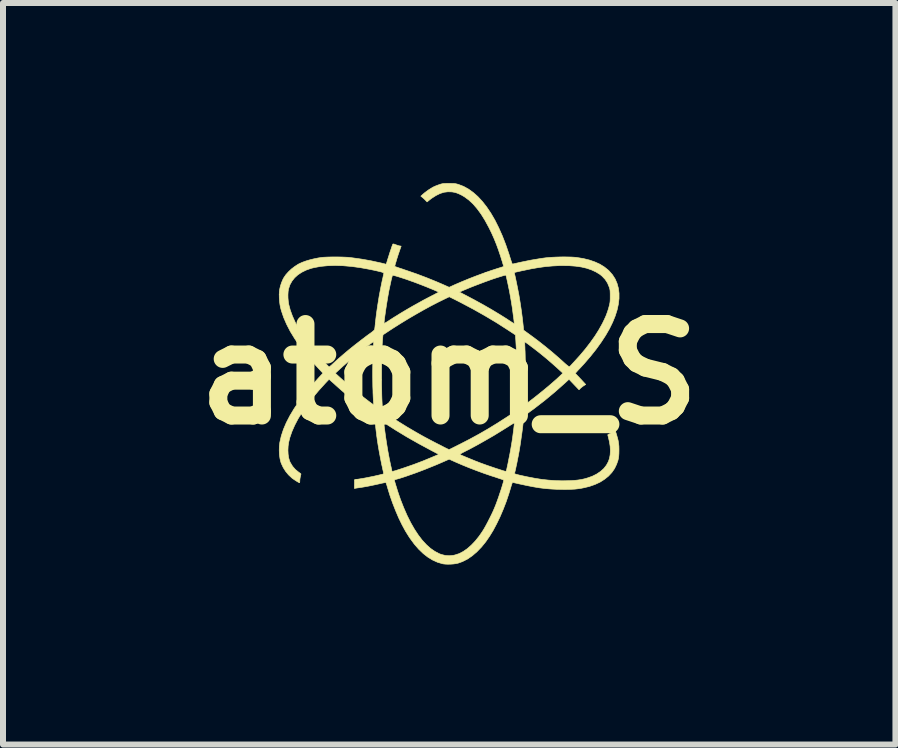
<source format=kicad_pcb>
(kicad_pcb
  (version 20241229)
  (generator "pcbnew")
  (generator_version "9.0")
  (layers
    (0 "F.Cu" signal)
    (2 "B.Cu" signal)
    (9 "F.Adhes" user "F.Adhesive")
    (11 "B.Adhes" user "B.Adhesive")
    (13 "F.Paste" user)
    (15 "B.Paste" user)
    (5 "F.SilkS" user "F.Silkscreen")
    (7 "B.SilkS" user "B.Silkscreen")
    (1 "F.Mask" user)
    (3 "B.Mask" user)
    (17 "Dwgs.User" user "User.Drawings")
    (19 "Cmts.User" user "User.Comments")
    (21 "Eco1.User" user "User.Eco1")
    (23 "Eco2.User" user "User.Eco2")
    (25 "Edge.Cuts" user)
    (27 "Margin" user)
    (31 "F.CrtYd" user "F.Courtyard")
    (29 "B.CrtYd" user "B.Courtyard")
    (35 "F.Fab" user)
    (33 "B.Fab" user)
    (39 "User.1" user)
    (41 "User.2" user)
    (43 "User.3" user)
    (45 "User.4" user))
  (footprint "atom_S"
    (layer "F.Cu")
    (at 4.434 3.183)
    (property "Reference" "atom_S" (at 0 0 0) (layer "F.SilkS") (effects (font (size 1.524 1.524) (thickness 0.3))))
    (attr through_hole)
    (fp_poly (pts (xy 0.038 0.317) (xy 0.06 0.331) (xy 0.076 0.351) (xy 0.079 0.361) (xy 0.079 0.386) (xy 0.069 0.41) (xy 0.053 0.43) (xy 0.045 0.435) (xy 0.019 0.443) (xy -0.005 0.441) (xy -0.023 0.432) (xy -0.043 0.414) (xy -0.052 0.392) (xy -0.053 0.368) (xy -0.045 0.345) (xy -0.03 0.327) (xy -0.008 0.314) (xy 0.013 0.311) (xy 0.038 0.317)) (stroke (width 0.01) (type solid)) (fill yes) (layer "F.Mask"))
    (fp_poly (pts (xy 0.028 -0.442) (xy 0.042 -0.436) (xy 0.062 -0.42) (xy 0.076 -0.397) (xy 0.081 -0.372) (xy 0.079 -0.362) (xy 0.068 -0.339) (xy 0.048 -0.321) (xy 0.023 -0.31) (xy -0.003 -0.309) (xy -0.004 -0.309) (xy -0.017 -0.315) (xy -0.032 -0.327) (xy -0.035 -0.331) (xy -0.05 -0.354) (xy -0.054 -0.38) (xy -0.048 -0.404) (xy -0.032 -0.425) (xy -0.008 -0.438) (xy -0.006 -0.439) (xy 0.013 -0.443) (xy 0.028 -0.442)) (stroke (width 0.01) (type solid)) (fill yes) (layer "F.Mask"))
    (fp_poly (pts (xy 2.536 0.271) (xy 2.593 0.284) (xy 2.647 0.309) (xy 2.697 0.346) (xy 2.716 0.364) (xy 2.755 0.411) (xy 2.782 0.462) (xy 2.797 0.517) (xy 2.802 0.578) (xy 2.802 0.578) (xy 2.796 0.637) (xy 2.778 0.694) (xy 2.75 0.746) (xy 2.713 0.792) (xy 2.668 0.83) (xy 2.617 0.859) (xy 2.606 0.864) (xy 2.57 0.873) (xy 2.528 0.879) (xy 2.483 0.881) (xy 2.442 0.878) (xy 2.414 0.873) (xy 2.356 0.85) (xy 2.304 0.817) (xy 2.261 0.775) (xy 2.225 0.724) (xy 2.205 0.678) (xy 2.19 0.621) (xy 2.187 0.563) (xy 2.195 0.506) (xy 2.214 0.451) (xy 2.242 0.401) (xy 2.28 0.356) (xy 2.327 0.319) (xy 2.358 0.302) (xy 2.417 0.279) (xy 2.476 0.269) (xy 2.536 0.271)) (stroke (width 0.01) (type solid)) (fill yes) (layer "F.Mask"))
    (fp_poly (pts (xy -0.693 -2.888) (xy -0.636 -2.877) (xy -0.583 -2.856) (xy -0.534 -2.825) (xy -0.492 -2.786) (xy -0.458 -2.739) (xy -0.432 -2.686) (xy -0.422 -2.649) (xy -0.414 -2.589) (xy -0.419 -2.531) (xy -0.434 -2.474) (xy -0.459 -2.422) (xy -0.494 -2.376) (xy -0.536 -2.336) (xy -0.586 -2.306) (xy -0.617 -2.293) (xy -0.66 -2.282) (xy -0.707 -2.276) (xy -0.754 -2.277) (xy -0.795 -2.283) (xy -0.795 -2.283) (xy -0.846 -2.3) (xy -0.892 -2.327) (xy -0.935 -2.363) (xy -0.94 -2.368) (xy -0.978 -2.412) (xy -1.004 -2.457) (xy -1.02 -2.506) (xy -1.028 -2.562) (xy -1.029 -2.586) (xy -1.024 -2.644) (xy -1.009 -2.696) (xy -0.982 -2.745) (xy -0.944 -2.792) (xy -0.903 -2.83) (xy -0.858 -2.857) (xy -0.811 -2.876) (xy -0.751 -2.888) (xy -0.693 -2.888)) (stroke (width 0.01) (type solid)) (fill yes) (layer "F.Mask"))
    (fp_poly (pts (xy -1.955 1.486) (xy -1.952 1.486) (xy -1.893 1.507) (xy -1.839 1.538) (xy -1.792 1.579) (xy -1.752 1.627) (xy -1.722 1.682) (xy -1.705 1.735) (xy -1.696 1.799) (xy -1.699 1.862) (xy -1.715 1.921) (xy -1.743 1.978) (xy -1.782 2.03) (xy -1.795 2.043) (xy -1.839 2.082) (xy -1.885 2.11) (xy -1.937 2.13) (xy -1.966 2.137) (xy -2.007 2.144) (xy -2.042 2.145) (xy -2.078 2.141) (xy -2.099 2.137) (xy -2.161 2.117) (xy -2.218 2.086) (xy -2.266 2.046) (xy -2.306 1.996) (xy -2.337 1.939) (xy -2.352 1.899) (xy -2.361 1.85) (xy -2.362 1.795) (xy -2.355 1.74) (xy -2.34 1.688) (xy -2.326 1.655) (xy -2.309 1.629) (xy -2.285 1.6) (xy -2.257 1.571) (xy -2.228 1.545) (xy -2.201 1.524) (xy -2.188 1.516) (xy -2.132 1.494) (xy -2.072 1.481) (xy -2.012 1.478) (xy -1.955 1.486)) (stroke (width 0.01) (type solid)) (fill yes) (layer "F.Mask"))
    (fp_poly (pts (xy 0.017 -0.884) (xy 0.041 -0.881) (xy 0.065 -0.873) (xy 0.071 -0.871) (xy 0.083 -0.863) (xy 0.102 -0.847) (xy 0.129 -0.822) (xy 0.164 -0.789) (xy 0.208 -0.746) (xy 0.26 -0.695) (xy 0.321 -0.635) (xy 0.362 -0.594) (xy 0.625 -0.33) (xy 0.349 -0.054) (xy 0.293 0.003) (xy 0.244 0.051) (xy 0.203 0.092) (xy 0.168 0.126) (xy 0.14 0.153) (xy 0.118 0.175) (xy 0.1 0.191) (xy 0.086 0.203) (xy 0.076 0.211) (xy 0.068 0.215) (xy 0.063 0.217) (xy 0.059 0.218) (xy 0.057 0.217) (xy 0.023 0.213) (xy -0.015 0.216) (xy -0.051 0.226) (xy -0.061 0.231) (xy -0.097 0.255) (xy -0.125 0.288) (xy -0.143 0.326) (xy -0.151 0.367) (xy -0.148 0.409) (xy -0.134 0.45) (xy -0.116 0.476) (xy -0.09 0.502) (xy -0.061 0.522) (xy -0.035 0.533) (xy 0.009 0.54) (xy 0.052 0.535) (xy 0.09 0.521) (xy 0.123 0.497) (xy 0.15 0.466) (xy 0.167 0.428) (xy 0.174 0.385) (xy 0.174 0.381) (xy 0.174 0.357) (xy 0.172 0.337) (xy 0.17 0.327) (xy 0.17 0.323) (xy 0.173 0.317) (xy 0.18 0.308) (xy 0.19 0.295) (xy 0.205 0.278) (xy 0.226 0.257) (xy 0.252 0.229) (xy 0.285 0.196) (xy 0.325 0.155) (xy 0.372 0.107) (xy 0.428 0.051) (xy 0.441 0.038) (xy 0.717 -0.238) (xy 0.791 -0.165) (xy 0.826 -0.129) (xy 0.853 -0.1) (xy 0.872 -0.076) (xy 0.885 -0.055) (xy 0.893 -0.036) (xy 0.897 -0.016) (xy 0.897 -0.001) (xy 0.895 0.028) (xy 0.888 0.053) (xy 0.886 0.057) (xy 0.88 0.065) (xy 0.865 0.082) (xy 0.843 0.105) (xy 0.815 0.135) (xy 0.78 0.171) (xy 0.741 0.212) (xy 0.697 0.256) (xy 0.65 0.304) (xy 0.6 0.355) (xy 0.548 0.407) (xy 0.495 0.46) (xy 0.442 0.513) (xy 0.39 0.565) (xy 0.339 0.616) (xy 0.29 0.664) (xy 0.245 0.709) (xy 0.203 0.75) (xy 0.165 0.787) (xy 0.133 0.818) (xy 0.108 0.842) (xy 0.089 0.859) (xy 0.078 0.868) (xy 0.076 0.87) (xy 0.044 0.881) (xy 0.01 0.886) (xy -0.017 0.883) (xy -0.036 0.876) (xy -0.056 0.866) (xy -0.058 0.865) (xy -0.066 0.858) (xy -0.083 0.843) (xy -0.106 0.821) (xy -0.136 0.792) (xy -0.172 0.757) (xy -0.212 0.718) (xy -0.255 0.675) (xy -0.302 0.629) (xy -0.34 0.591) (xy -0.6 0.33) (xy -0.048 -0.222) (xy -0.018 -0.215) (xy 0.023 -0.211) (xy 0.063 -0.22) (xy 0.101 -0.238) (xy 0.134 -0.267) (xy 0.155 -0.295) (xy 0.166 -0.313) (xy 0.171 -0.329) (xy 0.174 -0.348) (xy 0.174 -0.374) (xy 0.171 -0.415) (xy 0.161 -0.448) (xy 0.142 -0.477) (xy 0.126 -0.493) (xy 0.09 -0.52) (xy 0.051 -0.535) (xy 0.01 -0.539) (xy -0.031 -0.533) (xy -0.069 -0.517) (xy -0.103 -0.492) (xy -0.13 -0.457) (xy -0.135 -0.448) (xy -0.144 -0.423) (xy -0.148 -0.391) (xy -0.149 -0.359) (xy -0.145 -0.33) (xy -0.145 -0.33) (xy -0.144 -0.326) (xy -0.146 -0.321) (xy -0.149 -0.314) (xy -0.156 -0.305) (xy -0.166 -0.293) (xy -0.181 -0.276) (xy -0.201 -0.256) (xy -0.226 -0.23) (xy -0.257 -0.198) (xy -0.295 -0.159) (xy -0.341 -0.113) (xy -0.395 -0.059) (xy -0.416 -0.038) (xy -0.692 0.238) (xy -0.768 0.162) (xy -0.797 0.133) (xy -0.822 0.105) (xy -0.842 0.082) (xy -0.855 0.064) (xy -0.858 0.058) (xy -0.87 0.021) (xy -0.87 -0.018) (xy -0.859 -0.056) (xy -0.858 -0.058) (xy -0.852 -0.067) (xy -0.839 -0.083) (xy -0.819 -0.105) (xy -0.792 -0.134) (xy -0.757 -0.17) (xy -0.714 -0.214) (xy -0.664 -0.265) (xy -0.605 -0.325) (xy -0.537 -0.393) (xy -0.461 -0.469) (xy -0.453 -0.477) (xy -0.383 -0.547) (xy -0.321 -0.608) (xy -0.268 -0.661) (xy -0.221 -0.707) (xy -0.181 -0.747) (xy -0.147 -0.78) (xy -0.118 -0.807) (xy -0.094 -0.829) (xy -0.074 -0.847) (xy -0.057 -0.86) (xy -0.043 -0.87) (xy -0.031 -0.877) (xy -0.021 -0.881) (xy -0.011 -0.883) (xy -0.002 -0.884) (xy 0.007 -0.884) (xy 0.017 -0.884)) (stroke (width 0.01) (type solid)) (fill yes) (layer "F.Mask"))
    (fp_poly (pts (xy 0.037 -3.177) (xy 0.067 -3.177) (xy 0.09 -3.175) (xy 0.11 -3.172) (xy 0.13 -3.167) (xy 0.153 -3.161) (xy 0.155 -3.16) (xy 0.239 -3.128) (xy 0.321 -3.083) (xy 0.4 -3.026) (xy 0.477 -2.958) (xy 0.552 -2.877) (xy 0.624 -2.785) (xy 0.694 -2.681) (xy 0.761 -2.566) (xy 0.824 -2.44) (xy 0.885 -2.303) (xy 0.942 -2.156) (xy 0.996 -1.998) (xy 1.015 -1.937) (xy 1.026 -1.903) (xy 1.036 -1.873) (xy 1.044 -1.851) (xy 1.05 -1.837) (xy 1.052 -1.833) (xy 1.06 -1.835) (xy 1.078 -1.839) (xy 1.104 -1.845) (xy 1.136 -1.852) (xy 1.169 -1.86) (xy 1.354 -1.898) (xy 1.533 -1.928) (xy 1.608 -1.938) (xy 1.658 -1.943) (xy 1.716 -1.947) (xy 1.779 -1.95) (xy 1.844 -1.952) (xy 1.909 -1.953) (xy 1.971 -1.952) (xy 2.028 -1.951) (xy 2.078 -1.948) (xy 2.118 -1.945) (xy 2.121 -1.944) (xy 2.233 -1.926) (xy 2.335 -1.901) (xy 2.427 -1.869) (xy 2.509 -1.832) (xy 2.582 -1.787) (xy 2.646 -1.736) (xy 2.665 -1.718) (xy 2.72 -1.655) (xy 2.764 -1.586) (xy 2.796 -1.512) (xy 2.818 -1.432) (xy 2.829 -1.348) (xy 2.829 -1.259) (xy 2.818 -1.166) (xy 2.797 -1.069) (xy 2.765 -0.968) (xy 2.722 -0.863) (xy 2.669 -0.755) (xy 2.605 -0.644) (xy 2.531 -0.531) (xy 2.447 -0.414) (xy 2.353 -0.296) (xy 2.249 -0.175) (xy 2.176 -0.096) (xy 2.151 -0.07) (xy 2.13 -0.047) (xy 2.114 -0.029) (xy 2.104 -0.017) (xy 2.102 -0.013) (xy 2.106 -0.007) (xy 2.117 0.005) (xy 2.125 0.013) (xy 2.137 0.026) (xy 2.156 0.045) (xy 2.179 0.07) (xy 2.204 0.096) (xy 2.211 0.104) (xy 2.274 0.172) (xy 2.237 0.196) (xy 2.215 0.212) (xy 2.194 0.229) (xy 2.181 0.241) (xy 2.163 0.261) (xy 2.079 0.173) (xy 1.996 0.086) (xy 1.923 0.153) (xy 1.763 0.295) (xy 1.592 0.437) (xy 1.408 0.579) (xy 1.397 0.587) (xy 1.352 0.619) (xy 1.317 0.646) (xy 1.29 0.666) (xy 1.27 0.681) (xy 1.256 0.693) (xy 1.246 0.702) (xy 1.241 0.708) (xy 1.239 0.713) (xy 1.238 0.718) (xy 1.238 0.723) (xy 1.238 0.726) (xy 1.237 0.749) (xy 1.234 0.783) (xy 1.23 0.826) (xy 1.224 0.876) (xy 1.217 0.933) (xy 1.209 0.993) (xy 1.2 1.055) (xy 1.191 1.119) (xy 1.182 1.181) (xy 1.172 1.24) (xy 1.163 1.295) (xy 1.158 1.321) (xy 1.151 1.36) (xy 1.142 1.404) (xy 1.133 1.451) (xy 1.124 1.497) (xy 1.114 1.541) (xy 1.106 1.581) (xy 1.098 1.614) (xy 1.092 1.639) (xy 1.089 1.652) (xy 1.089 1.657) (xy 1.095 1.661) (xy 1.108 1.666) (xy 1.129 1.672) (xy 1.161 1.68) (xy 1.167 1.682) (xy 1.301 1.711) (xy 1.426 1.735) (xy 1.544 1.754) (xy 1.657 1.766) (xy 1.768 1.774) (xy 1.878 1.777) (xy 1.951 1.776) (xy 2.025 1.774) (xy 2.089 1.77) (xy 2.145 1.764) (xy 2.198 1.756) (xy 2.249 1.745) (xy 2.299 1.731) (xy 2.382 1.702) (xy 2.456 1.665) (xy 2.52 1.622) (xy 2.575 1.573) (xy 2.619 1.517) (xy 2.652 1.456) (xy 2.67 1.403) (xy 2.681 1.344) (xy 2.685 1.276) (xy 2.681 1.203) (xy 2.669 1.126) (xy 2.657 1.076) (xy 2.651 1.05) (xy 2.645 1.028) (xy 2.642 1.015) (xy 2.642 1.011) (xy 2.647 1.006) (xy 2.661 0.999) (xy 2.67 0.995) (xy 2.691 0.985) (xy 2.716 0.972) (xy 2.732 0.963) (xy 2.767 0.942) (xy 2.787 1.006) (xy 2.803 1.062) (xy 2.815 1.11) (xy 2.822 1.155) (xy 2.827 1.201) (xy 2.828 1.252) (xy 2.828 1.273) (xy 2.827 1.324) (xy 2.824 1.366) (xy 2.819 1.404) (xy 2.81 1.441) (xy 2.796 1.48) (xy 2.788 1.503) (xy 2.754 1.574) (xy 2.709 1.639) (xy 2.653 1.699) (xy 2.587 1.752) (xy 2.513 1.799) (xy 2.429 1.838) (xy 2.338 1.87) (xy 2.248 1.892) (xy 2.204 1.901) (xy 2.166 1.907) (xy 2.129 1.912) (xy 2.092 1.916) (xy 2.051 1.918) (xy 2.006 1.92) (xy 1.952 1.921) (xy 1.895 1.921) (xy 1.793 1.919) (xy 1.696 1.914) (xy 1.6 1.906) (xy 1.502 1.894) (xy 1.401 1.877) (xy 1.293 1.856) (xy 1.191 1.834) (xy 1.153 1.826) (xy 1.12 1.818) (xy 1.092 1.812) (xy 1.072 1.807) (xy 1.063 1.805) (xy 1.057 1.805) (xy 1.051 1.81) (xy 1.046 1.822) (xy 1.039 1.843) (xy 1.035 1.855) (xy 0.994 1.991) (xy 0.949 2.125) (xy 0.899 2.254) (xy 0.846 2.378) (xy 0.79 2.494) (xy 0.732 2.603) (xy 0.672 2.701) (xy 0.612 2.788) (xy 0.612 2.789) (xy 0.538 2.88) (xy 0.462 2.959) (xy 0.384 3.026) (xy 0.304 3.081) (xy 0.221 3.123) (xy 0.146 3.15) (xy 0.112 3.157) (xy 0.069 3.163) (xy 0.023 3.166) (xy -0.024 3.167) (xy -0.067 3.165) (xy -0.103 3.161) (xy -0.111 3.159) (xy -0.196 3.134) (xy -0.277 3.097) (xy -0.356 3.049) (xy -0.433 2.989) (xy -0.508 2.917) (xy -0.581 2.833) (xy -0.652 2.736) (xy -0.671 2.708) (xy -0.729 2.615) (xy -0.786 2.51) (xy -0.841 2.397) (xy -0.893 2.275) (xy -0.943 2.148) (xy -0.989 2.017) (xy -1.029 1.886) (xy -1.037 1.857) (xy -1.045 1.833) (xy -1.051 1.815) (xy -1.055 1.807) (xy -1.062 1.807) (xy -1.08 1.809) (xy -1.105 1.814) (xy -1.136 1.82) (xy -1.154 1.825) (xy -1.245 1.845) (xy -1.336 1.864) (xy -1.424 1.88) (xy -1.48 1.889) (xy -1.509 1.893) (xy -1.536 1.897) (xy -1.555 1.9) (xy -1.563 1.902) (xy -1.58 1.904) (xy -1.579 1.832) (xy -1.578 1.765) (xy -0.914 1.765) (xy -0.912 1.774) (xy -0.907 1.793) (xy -0.899 1.821) (xy -0.889 1.854) (xy -0.877 1.892) (xy -0.865 1.932) (xy -0.852 1.972) (xy -0.839 2.011) (xy -0.827 2.045) (xy -0.817 2.074) (xy -0.813 2.086) (xy -0.758 2.226) (xy -0.701 2.356) (xy -0.641 2.476) (xy -0.579 2.584) (xy -0.515 2.681) (xy -0.45 2.766) (xy -0.382 2.84) (xy -0.313 2.902) (xy -0.243 2.951) (xy -0.172 2.989) (xy -0.133 3.004) (xy -0.065 3.021) (xy 0.003 3.025) (xy 0.072 3.018) (xy 0.098 3.012) (xy 0.166 2.99) (xy 0.233 2.955) (xy 0.301 2.908) (xy 0.368 2.849) (xy 0.434 2.78) (xy 0.499 2.699) (xy 0.554 2.619) (xy 0.58 2.577) (xy 0.61 2.524) (xy 0.641 2.466) (xy 0.673 2.403) (xy 0.705 2.339) (xy 0.734 2.277) (xy 0.759 2.218) (xy 0.773 2.184) (xy 0.788 2.144) (xy 0.804 2.1) (xy 0.821 2.053) (xy 0.837 2.004) (xy 0.853 1.957) (xy 0.868 1.911) (xy 0.881 1.869) (xy 0.892 1.832) (xy 0.901 1.801) (xy 0.906 1.779) (xy 0.908 1.766) (xy 0.908 1.764) (xy 0.901 1.761) (xy 0.884 1.755) (xy 0.858 1.746) (xy 0.824 1.735) (xy 0.783 1.721) (xy 0.738 1.706) (xy 0.708 1.697) (xy 0.582 1.654) (xy 0.454 1.607) (xy 0.327 1.558) (xy 0.205 1.508) (xy 0.099 1.462) (xy -0.001 1.417) (xy -0.094 1.458) (xy -0.165 1.489) (xy -0.241 1.521) (xy -0.321 1.553) (xy -0.402 1.586) (xy -0.483 1.617) (xy -0.563 1.647) (xy -0.64 1.674) (xy -0.711 1.699) (xy -0.777 1.721) (xy -0.834 1.739) (xy -0.882 1.752) (xy -0.886 1.753) (xy -0.903 1.758) (xy -0.913 1.763) (xy -0.914 1.765) (xy -1.578 1.765) (xy -1.578 1.759) (xy -1.559 1.756) (xy -1.543 1.753) (xy -1.519 1.75) (xy -1.495 1.746) (xy -1.444 1.738) (xy -1.384 1.727) (xy -1.32 1.714) (xy -1.256 1.701) (xy -1.195 1.687) (xy -1.185 1.685) (xy -1.091 1.662) (xy -1.094 1.646) (xy -1.097 1.634) (xy -1.101 1.613) (xy -1.108 1.583) (xy -1.115 1.548) (xy -1.124 1.51) (xy -1.124 1.51) (xy -1.145 1.405) (xy -1.166 1.293) (xy -1.186 1.177) (xy -1.2 1.086) (xy -1.203 1.061) (xy -1.208 1.028) (xy -1.212 0.989) (xy -1.218 0.946) (xy -1.223 0.902) (xy -1.228 0.858) (xy -1.233 0.816) (xy -1.234 0.806) (xy -1.09 0.806) (xy -1.082 0.878) (xy -1.064 1.013) (xy -1.044 1.149) (xy -1.022 1.282) (xy -0.998 1.41) (xy -0.975 1.52) (xy -0.967 1.554) (xy -0.961 1.583) (xy -0.956 1.606) (xy -0.953 1.619) (xy -0.953 1.622) (xy -0.947 1.622) (xy -0.93 1.617) (xy -0.903 1.61) (xy -0.868 1.599) (xy -0.825 1.585) (xy -0.775 1.569) (xy -0.743 1.558) (xy -0.593 1.506) (xy -0.44 1.448) (xy -0.295 1.388) (xy -0.179 1.339) (xy 0.177 1.339) (xy 0.178 1.34) (xy 0.189 1.345) (xy 0.21 1.354) (xy 0.239 1.366) (xy 0.274 1.381) (xy 0.313 1.397) (xy 0.354 1.414) (xy 0.396 1.431) (xy 0.437 1.448) (xy 0.474 1.462) (xy 0.506 1.475) (xy 0.512 1.477) (xy 0.547 1.49) (xy 0.586 1.504) (xy 0.63 1.52) (xy 0.677 1.536) (xy 0.724 1.552) (xy 0.771 1.568) (xy 0.815 1.582) (xy 0.855 1.595) (xy 0.889 1.606) (xy 0.915 1.614) (xy 0.932 1.618) (xy 0.937 1.619) (xy 0.946 1.617) (xy 0.952 1.608) (xy 0.957 1.589) (xy 0.957 1.589) (xy 0.978 1.492) (xy 0.995 1.405) (xy 1.011 1.326) (xy 1.024 1.253) (xy 1.036 1.184) (xy 1.047 1.117) (xy 1.057 1.049) (xy 1.066 0.979) (xy 1.07 0.949) (xy 1.075 0.91) (xy 1.079 0.875) (xy 1.082 0.847) (xy 1.085 0.826) (xy 1.086 0.815) (xy 1.086 0.815) (xy 1.081 0.815) (xy 1.067 0.822) (xy 1.047 0.834) (xy 1.021 0.849) (xy 1.005 0.86) (xy 0.877 0.94) (xy 0.744 1.022) (xy 0.607 1.101) (xy 0.471 1.178) (xy 0.339 1.249) (xy 0.248 1.295) (xy 0.214 1.313) (xy 0.192 1.326) (xy 0.18 1.334) (xy 0.177 1.339) (xy -0.179 1.339) (xy -0.173 1.337) (xy -0.301 1.27) (xy -0.505 1.16) (xy -0.701 1.049) (xy -0.894 0.932) (xy -1.074 0.817) (xy -1.09 0.806) (xy -1.234 0.806) (xy -1.238 0.778) (xy -1.241 0.746) (xy -1.243 0.722) (xy -1.245 0.709) (xy -1.245 0.707) (xy -1.25 0.701) (xy -1.263 0.69) (xy -1.284 0.673) (xy -1.31 0.653) (xy -1.335 0.635) (xy -1.452 0.548) (xy -1.57 0.457) (xy -1.685 0.363) (xy -1.794 0.271) (xy -1.863 0.21) (xy -1.892 0.184) (xy -1.92 0.158) (xy -1.945 0.136) (xy -1.965 0.119) (xy -1.973 0.111) (xy -2.002 0.086) (xy -2.059 0.146) (xy -2.173 0.272) (xy -2.276 0.395) (xy -2.368 0.515) (xy -2.449 0.632) (xy -2.518 0.744) (xy -2.575 0.853) (xy -2.621 0.958) (xy -2.656 1.059) (xy -2.674 1.133) (xy -2.684 1.2) (xy -2.687 1.267) (xy -2.684 1.333) (xy -2.675 1.394) (xy -2.659 1.448) (xy -2.647 1.474) (xy -2.61 1.535) (xy -2.563 1.589) (xy -2.509 1.633) (xy -2.504 1.637) (xy -2.486 1.649) (xy -2.474 1.659) (xy -2.47 1.664) (xy -2.472 1.673) (xy -2.476 1.69) (xy -2.48 1.706) (xy -2.485 1.733) (xy -2.489 1.763) (xy -2.489 1.776) (xy -2.49 1.795) (xy -2.492 1.807) (xy -2.494 1.81) (xy -2.504 1.806) (xy -2.521 1.797) (xy -2.544 1.783) (xy -2.569 1.767) (xy -2.594 1.75) (xy -2.617 1.734) (xy -2.627 1.725) (xy -2.678 1.677) (xy -2.725 1.62) (xy -2.765 1.557) (xy -2.796 1.491) (xy -2.804 1.47) (xy -2.819 1.41) (xy -2.829 1.342) (xy -2.832 1.27) (xy -2.83 1.197) (xy -2.822 1.136) (xy -2.798 1.03) (xy -2.762 0.921) (xy -2.714 0.808) (xy -2.654 0.692) (xy -2.582 0.572) (xy -2.497 0.448) (xy -2.401 0.321) (xy -2.292 0.191) (xy -2.181 0.067) (xy -2.105 -0.015) (xy -1.898 -0.015) (xy -1.817 0.059) (xy -1.759 0.111) (xy -1.706 0.158) (xy -1.653 0.203) (xy -1.598 0.249) (xy -1.536 0.299) (xy -1.53 0.304) (xy -1.494 0.334) (xy -1.455 0.364) (xy -1.417 0.394) (xy -1.38 0.422) (xy -1.346 0.448) (xy -1.316 0.471) (xy -1.291 0.489) (xy -1.273 0.502) (xy -1.263 0.508) (xy -1.261 0.508) (xy -1.258 0.503) (xy -1.259 0.494) (xy -1.26 0.484) (xy -1.262 0.463) (xy -1.264 0.433) (xy -1.266 0.395) (xy -1.268 0.351) (xy -1.27 0.303) (xy -1.27 0.279) (xy -1.273 0.205) (xy -1.274 0.124) (xy -1.275 0.037) (xy -1.275 0.012) (xy -1.127 0.012) (xy -1.127 0.096) (xy -1.127 0.179) (xy -1.125 0.258) (xy -1.124 0.333) (xy -1.122 0.402) (xy -1.119 0.464) (xy -1.116 0.518) (xy -1.113 0.562) (xy -1.109 0.595) (xy -1.107 0.606) (xy -1.105 0.612) (xy -1.099 0.62) (xy -1.089 0.629) (xy -1.073 0.642) (xy -1.05 0.658) (xy -1.019 0.679) (xy -0.979 0.706) (xy -0.966 0.714) (xy -0.839 0.796) (xy -0.705 0.879) (xy -0.569 0.959) (xy -0.464 1.019) (xy -0.437 1.034) (xy -0.404 1.052) (xy -0.366 1.072) (xy -0.323 1.095) (xy -0.279 1.118) (xy -0.233 1.142) (xy -0.188 1.165) (xy -0.144 1.187) (xy -0.104 1.208) (xy -0.069 1.226) (xy -0.04 1.24) (xy -0.018 1.251) (xy -0.006 1.257) (xy -0.003 1.257) (xy 0.003 1.255) (xy 0.02 1.247) (xy 0.044 1.235) (xy 0.076 1.219) (xy 0.114 1.2) (xy 0.155 1.179) (xy 0.17 1.172) (xy 0.337 1.086) (xy 0.495 1) (xy 0.649 0.911) (xy 0.801 0.818) (xy 0.957 0.718) (xy 0.96 0.716) (xy 1.103 0.622) (xy 1.107 0.573) (xy 1.113 0.494) (xy 1.113 0.487) (xy 1.258 0.487) (xy 1.258 0.502) (xy 1.26 0.508) (xy 1.26 0.508) (xy 1.266 0.504) (xy 1.281 0.494) (xy 1.302 0.479) (xy 1.327 0.461) (xy 1.342 0.45) (xy 1.419 0.391) (xy 1.498 0.328) (xy 1.577 0.264) (xy 1.654 0.2) (xy 1.727 0.137) (xy 1.793 0.079) (xy 1.838 0.037) (xy 1.894 -0.016) (xy 1.803 -0.099) (xy 1.72 -0.173) (xy 1.642 -0.241) (xy 1.565 -0.305) (xy 1.487 -0.368) (xy 1.403 -0.433) (xy 1.356 -0.468) (xy 1.327 -0.491) (xy 1.3 -0.51) (xy 1.279 -0.525) (xy 1.265 -0.534) (xy 1.259 -0.537) (xy 1.259 -0.537) (xy 1.259 -0.53) (xy 1.259 -0.513) (xy 1.259 -0.486) (xy 1.261 -0.451) (xy 1.262 -0.411) (xy 1.264 -0.376) (xy 1.265 -0.339) (xy 1.266 -0.293) (xy 1.267 -0.239) (xy 1.268 -0.179) (xy 1.268 -0.114) (xy 1.268 -0.045) (xy 1.268 0.025) (xy 1.268 0.096) (xy 1.267 0.165) (xy 1.267 0.231) (xy 1.266 0.292) (xy 1.264 0.348) (xy 1.263 0.395) (xy 1.262 0.434) (xy 1.26 0.461) (xy 1.26 0.465) (xy 1.258 0.487) (xy 1.113 0.487) (xy 1.118 0.414) (xy 1.121 0.33) (xy 1.124 0.24) (xy 1.125 0.142) (xy 1.126 0.034) (xy 1.126 -0.006) (xy 1.126 -0.091) (xy 1.125 -0.166) (xy 1.124 -0.234) (xy 1.122 -0.298) (xy 1.12 -0.361) (xy 1.117 -0.425) (xy 1.113 -0.493) (xy 1.109 -0.569) (xy 1.107 -0.592) (xy 1.103 -0.653) (xy 0.979 -0.735) (xy 0.787 -0.858) (xy 0.596 -0.972) (xy 0.403 -1.081) (xy 0.203 -1.187) (xy 0.129 -1.225) (xy 0.001 -1.289) (xy -0.074 -1.253) (xy -0.184 -1.199) (xy -0.302 -1.138) (xy -0.425 -1.071) (xy -0.55 -1) (xy -0.677 -0.926) (xy -0.803 -0.849) (xy -0.925 -0.772) (xy -0.985 -0.733) (xy -1.103 -0.655) (xy -1.107 -0.621) (xy -1.111 -0.578) (xy -1.115 -0.524) (xy -1.118 -0.463) (xy -1.121 -0.394) (xy -1.123 -0.319) (xy -1.125 -0.24) (xy -1.126 -0.158) (xy -1.127 -0.073) (xy -1.127 0.012) (xy -1.275 0.012) (xy -1.275 -0.053) (xy -1.274 -0.142) (xy -1.272 -0.229) (xy -1.27 -0.311) (xy -1.267 -0.385) (xy -1.264 -0.444) (xy -1.262 -0.477) (xy -1.261 -0.505) (xy -1.26 -0.526) (xy -1.26 -0.537) (xy -1.261 -0.539) (xy -1.267 -0.536) (xy -1.282 -0.527) (xy -1.304 -0.511) (xy -1.333 -0.489) (xy -1.368 -0.463) (xy -1.407 -0.433) (xy -1.449 -0.4) (xy -1.493 -0.365) (xy -1.538 -0.328) (xy -1.583 -0.292) (xy -1.61 -0.27) (xy -1.658 -0.229) (xy -1.7 -0.194) (xy -1.737 -0.161) (xy -1.773 -0.13) (xy -1.81 -0.096) (xy -1.851 -0.058) (xy -1.852 -0.057) (xy -1.898 -0.015) (xy -2.105 -0.015) (xy -2.104 -0.016) (xy -2.167 -0.083) (xy -2.285 -0.212) (xy -2.393 -0.34) (xy -2.489 -0.466) (xy -2.573 -0.589) (xy -2.647 -0.71) (xy -2.708 -0.828) (xy -2.758 -0.943) (xy -2.796 -1.055) (xy -2.811 -1.111) (xy -2.82 -1.159) (xy -2.827 -1.214) (xy -2.831 -1.271) (xy -2.832 -1.322) (xy -2.687 -1.322) (xy -2.686 -1.266) (xy -2.681 -1.21) (xy -2.674 -1.164) (xy -2.649 -1.069) (xy -2.613 -0.97) (xy -2.567 -0.867) (xy -2.509 -0.76) (xy -2.442 -0.651) (xy -2.364 -0.54) (xy -2.277 -0.426) (xy -2.213 -0.349) (xy -2.183 -0.315) (xy -2.152 -0.279) (xy -2.12 -0.244) (xy -2.09 -0.211) (xy -2.062 -0.182) (xy -2.038 -0.157) (xy -2.019 -0.137) (xy -2.006 -0.125) (xy -2 -0.121) (xy -1.993 -0.125) (xy -1.979 -0.136) (xy -1.96 -0.152) (xy -1.941 -0.17) (xy -1.86 -0.245) (xy -1.77 -0.323) (xy -1.674 -0.404) (xy -1.573 -0.485) (xy -1.471 -0.564) (xy -1.37 -0.641) (xy -1.334 -0.667) (xy -1.301 -0.691) (xy -1.277 -0.709) (xy -1.261 -0.723) (xy -1.25 -0.733) (xy -1.245 -0.742) (xy -1.242 -0.751) (xy -1.242 -0.751) (xy -1.24 -0.765) (xy -1.237 -0.788) (xy -1.234 -0.818) (xy -1.23 -0.85) (xy -1.086 -0.85) (xy -1.083 -0.847) (xy -1.075 -0.85) (xy -1.06 -0.857) (xy -1.037 -0.871) (xy -1.005 -0.891) (xy -0.995 -0.898) (xy -0.961 -0.92) (xy -0.919 -0.947) (xy -0.873 -0.975) (xy -0.827 -1.004) (xy -0.784 -1.03) (xy -0.781 -1.032) (xy -0.695 -1.083) (xy -0.605 -1.135) (xy -0.513 -1.186) (xy -0.425 -1.235) (xy -0.341 -1.279) (xy -0.287 -1.307) (xy -0.253 -1.324) (xy -0.224 -1.34) (xy -0.2 -1.352) (xy -0.184 -1.361) (xy -0.178 -1.366) (xy -0.178 -1.366) (xy -0.179 -1.367) (xy 0.17 -1.367) (xy 0.29 -1.305) (xy 0.431 -1.23) (xy 0.571 -1.153) (xy 0.708 -1.074) (xy 0.839 -0.995) (xy 0.962 -0.918) (xy 0.987 -0.901) (xy 1.018 -0.881) (xy 1.044 -0.864) (xy 1.065 -0.851) (xy 1.079 -0.843) (xy 1.084 -0.84) (xy 1.083 -0.847) (xy 1.082 -0.864) (xy 1.079 -0.89) (xy 1.075 -0.922) (xy 1.07 -0.96) (xy 1.069 -0.965) (xy 1.052 -1.096) (xy 1.032 -1.221) (xy 1.01 -1.345) (xy 1 -1.399) (xy 0.99 -1.445) (xy 0.981 -1.489) (xy 0.972 -1.532) (xy 0.963 -1.571) (xy 0.956 -1.604) (xy 0.95 -1.629) (xy 0.945 -1.645) (xy 0.943 -1.65) (xy 0.936 -1.649) (xy 0.919 -1.645) (xy 0.894 -1.638) (xy 0.862 -1.628) (xy 0.826 -1.617) (xy 0.788 -1.605) (xy 0.748 -1.592) (xy 0.71 -1.579) (xy 0.679 -1.568) (xy 0.596 -1.538) (xy 0.511 -1.506) (xy 0.427 -1.474) (xy 0.348 -1.443) (xy 0.274 -1.412) (xy 0.21 -1.385) (xy 0.198 -1.379) (xy 0.17 -1.367) (xy -0.179 -1.367) (xy -0.183 -1.37) (xy -0.199 -1.378) (xy -0.224 -1.389) (xy -0.256 -1.403) (xy -0.294 -1.419) (xy -0.337 -1.436) (xy -0.382 -1.455) (xy -0.428 -1.473) (xy -0.474 -1.491) (xy -0.519 -1.508) (xy -0.55 -1.52) (xy -0.601 -1.539) (xy -0.653 -1.557) (xy -0.705 -1.576) (xy -0.756 -1.593) (xy -0.803 -1.608) (xy -0.846 -1.622) (xy -0.883 -1.633) (xy -0.913 -1.641) (xy -0.934 -1.646) (xy -0.945 -1.648) (xy -0.946 -1.647) (xy -0.948 -1.639) (xy -0.953 -1.621) (xy -0.96 -1.595) (xy -0.968 -1.561) (xy -0.976 -1.523) (xy -0.985 -1.482) (xy -0.994 -1.44) (xy -1.003 -1.399) (xy -1.01 -1.36) (xy -1.012 -1.349) (xy -1.019 -1.311) (xy -1.027 -1.265) (xy -1.035 -1.215) (xy -1.044 -1.162) (xy -1.052 -1.108) (xy -1.06 -1.055) (xy -1.067 -1.004) (xy -1.074 -0.957) (xy -1.079 -0.916) (xy -1.083 -0.883) (xy -1.085 -0.859) (xy -1.086 -0.85) (xy -1.23 -0.85) (xy -1.23 -0.852) (xy -1.229 -0.867) (xy -1.212 -1.01) (xy -1.19 -1.158) (xy -1.166 -1.307) (xy -1.138 -1.453) (xy -1.117 -1.556) (xy -1.108 -1.593) (xy -1.101 -1.627) (xy -1.095 -1.654) (xy -1.091 -1.673) (xy -1.09 -1.682) (xy -1.09 -1.682) (xy -1.093 -1.687) (xy -1.106 -1.693) (xy -1.127 -1.701) (xy -1.159 -1.709) (xy -1.201 -1.719) (xy -1.254 -1.731) (xy -1.319 -1.744) (xy -1.327 -1.746) (xy -1.481 -1.774) (xy -1.628 -1.794) (xy -1.768 -1.806) (xy -1.901 -1.81) (xy -2.026 -1.806) (xy -2.142 -1.795) (xy -2.249 -1.775) (xy -2.302 -1.762) (xy -2.384 -1.733) (xy -2.457 -1.697) (xy -2.522 -1.654) (xy -2.576 -1.605) (xy -2.62 -1.549) (xy -2.654 -1.488) (xy -2.676 -1.422) (xy -2.677 -1.419) (xy -2.684 -1.375) (xy -2.687 -1.322) (xy -2.832 -1.322) (xy -2.832 -1.327) (xy -2.83 -1.377) (xy -2.826 -1.408) (xy -2.813 -1.465) (xy -2.794 -1.524) (xy -2.77 -1.58) (xy -2.754 -1.609) (xy -2.721 -1.657) (xy -2.678 -1.705) (xy -2.628 -1.752) (xy -2.573 -1.794) (xy -2.516 -1.831) (xy -2.492 -1.843) (xy -2.445 -1.864) (xy -2.387 -1.885) (xy -2.323 -1.904) (xy -2.254 -1.921) (xy -2.185 -1.935) (xy -2.127 -1.944) (xy -2.098 -1.947) (xy -2.058 -1.949) (xy -2.011 -1.951) (xy -1.958 -1.952) (xy -1.902 -1.952) (xy -1.846 -1.952) (xy -1.791 -1.951) (xy -1.741 -1.949) (xy -1.697 -1.947) (xy -1.664 -1.944) (xy -1.6 -1.936) (xy -1.528 -1.926) (xy -1.453 -1.915) (xy -1.38 -1.902) (xy -1.314 -1.89) (xy -1.292 -1.886) (xy -1.252 -1.877) (xy -1.21 -1.868) (xy -1.169 -1.859) (xy -1.132 -1.851) (xy -1.1 -1.843) (xy -1.075 -1.837) (xy -1.061 -1.832) (xy -1.06 -1.832) (xy -1.054 -1.833) (xy -1.048 -1.841) (xy -1.041 -1.858) (xy -1.035 -1.878) (xy -1.027 -1.906) (xy -1.016 -1.94) (xy -1.004 -1.978) (xy -0.992 -2.017) (xy -0.979 -2.055) (xy -0.967 -2.09) (xy -0.957 -2.121) (xy -0.948 -2.145) (xy -0.942 -2.161) (xy -0.94 -2.165) (xy -0.935 -2.169) (xy -0.926 -2.168) (xy -0.91 -2.164) (xy -0.893 -2.157) (xy -0.868 -2.148) (xy -0.843 -2.14) (xy -0.826 -2.136) (xy -0.801 -2.132) (xy -0.828 -2.055) (xy -0.839 -2.023) (xy -0.851 -1.988) (xy -0.863 -1.95) (xy -0.875 -1.913) (xy -0.885 -1.877) (xy -0.895 -1.845) (xy -0.902 -1.82) (xy -0.906 -1.802) (xy -0.907 -1.794) (xy -0.907 -1.794) (xy -0.901 -1.792) (xy -0.884 -1.786) (xy -0.858 -1.777) (xy -0.824 -1.765) (xy -0.783 -1.752) (xy -0.738 -1.736) (xy -0.705 -1.725) (xy -0.54 -1.668) (xy -0.376 -1.606) (xy -0.216 -1.541) (xy -0.104 -1.493) (xy -0.001 -1.447) (xy 0.093 -1.49) (xy 0.207 -1.539) (xy 0.328 -1.589) (xy 0.452 -1.637) (xy 0.576 -1.683) (xy 0.587 -1.687) (xy 1.086 -1.687) (xy 1.087 -1.679) (xy 1.091 -1.66) (xy 1.097 -1.634) (xy 1.104 -1.601) (xy 1.111 -1.569) (xy 1.136 -1.448) (xy 1.161 -1.319) (xy 1.183 -1.185) (xy 1.203 -1.051) (xy 1.22 -0.919) (xy 1.229 -0.838) (xy 1.24 -0.732) (xy 1.346 -0.655) (xy 1.478 -0.557) (xy 1.601 -0.46) (xy 1.718 -0.364) (xy 1.831 -0.266) (xy 1.889 -0.214) (xy 1.926 -0.18) (xy 1.955 -0.155) (xy 1.977 -0.138) (xy 1.992 -0.127) (xy 2.001 -0.122) (xy 2.004 -0.123) (xy 2.011 -0.13) (xy 2.025 -0.144) (xy 2.044 -0.165) (xy 2.066 -0.189) (xy 2.079 -0.203) (xy 2.177 -0.311) (xy 2.268 -0.419) (xy 2.351 -0.527) (xy 2.426 -0.632) (xy 2.491 -0.735) (xy 2.546 -0.833) (xy 2.551 -0.842) (xy 2.584 -0.91) (xy 2.612 -0.972) (xy 2.634 -1.031) (xy 2.653 -1.089) (xy 2.662 -1.123) (xy 2.67 -1.153) (xy 2.675 -1.178) (xy 2.679 -1.201) (xy 2.681 -1.226) (xy 2.682 -1.257) (xy 2.682 -1.297) (xy 2.682 -1.299) (xy 2.682 -1.338) (xy 2.681 -1.368) (xy 2.68 -1.39) (xy 2.677 -1.409) (xy 2.673 -1.427) (xy 2.667 -1.447) (xy 2.665 -1.451) (xy 2.637 -1.518) (xy 2.598 -1.578) (xy 2.549 -1.63) (xy 2.512 -1.661) (xy 2.445 -1.702) (xy 2.372 -1.736) (xy 2.291 -1.764) (xy 2.201 -1.785) (xy 2.102 -1.799) (xy 1.994 -1.807) (xy 1.875 -1.808) (xy 1.836 -1.808) (xy 1.721 -1.802) (xy 1.607 -1.792) (xy 1.491 -1.776) (xy 1.369 -1.755) (xy 1.24 -1.728) (xy 1.219 -1.724) (xy 1.184 -1.716) (xy 1.152 -1.709) (xy 1.126 -1.703) (xy 1.108 -1.699) (xy 1.103 -1.698) (xy 1.091 -1.693) (xy 1.086 -1.687) (xy 0.587 -1.687) (xy 0.696 -1.725) (xy 0.791 -1.756) (xy 0.826 -1.767) (xy 0.858 -1.777) (xy 0.883 -1.785) (xy 0.9 -1.791) (xy 0.906 -1.793) (xy 0.906 -1.793) (xy 0.905 -1.8) (xy 0.901 -1.817) (xy 0.893 -1.842) (xy 0.884 -1.874) (xy 0.872 -1.91) (xy 0.86 -1.95) (xy 0.847 -1.99) (xy 0.833 -2.03) (xy 0.823 -2.062) (xy 0.786 -2.163) (xy 0.747 -2.259) (xy 0.704 -2.355) (xy 0.659 -2.446) (xy 0.596 -2.562) (xy 0.532 -2.665) (xy 0.465 -2.756) (xy 0.397 -2.835) (xy 0.326 -2.901) (xy 0.254 -2.954) (xy 0.208 -2.981) (xy 0.165 -3.002) (xy 0.128 -3.017) (xy 0.092 -3.028) (xy 0.052 -3.035) (xy 0.045 -3.036) (xy -0.021 -3.038) (xy -0.087 -3.03) (xy -0.153 -3.009) (xy -0.22 -2.976) (xy -0.289 -2.932) (xy -0.326 -2.904) (xy -0.369 -2.869) (xy -0.396 -2.897) (xy -0.416 -2.917) (xy -0.437 -2.936) (xy -0.448 -2.945) (xy -0.473 -2.965) (xy -0.438 -2.997) (xy -0.411 -3.02) (xy -0.378 -3.045) (xy -0.342 -3.071) (xy -0.305 -3.094) (xy -0.272 -3.114) (xy -0.247 -3.126) (xy -0.224 -3.136) (xy -0.195 -3.147) (xy -0.165 -3.158) (xy -0.159 -3.16) (xy -0.137 -3.167) (xy -0.119 -3.171) (xy -0.101 -3.175) (xy -0.079 -3.176) (xy -0.052 -3.177) (xy -0.016 -3.178) (xy -0.003 -3.178) (xy 0.037 -3.177)) (stroke (width 0.01) (type solid)) (fill yes) (layer "F.SilkS")))
  (gr_rect
    (start -3 -3)
    (end 11.868 9.354)
    (stroke (width 0.1) (type default))
    (fill no)
    (layer "Edge.Cuts")))
</source>
